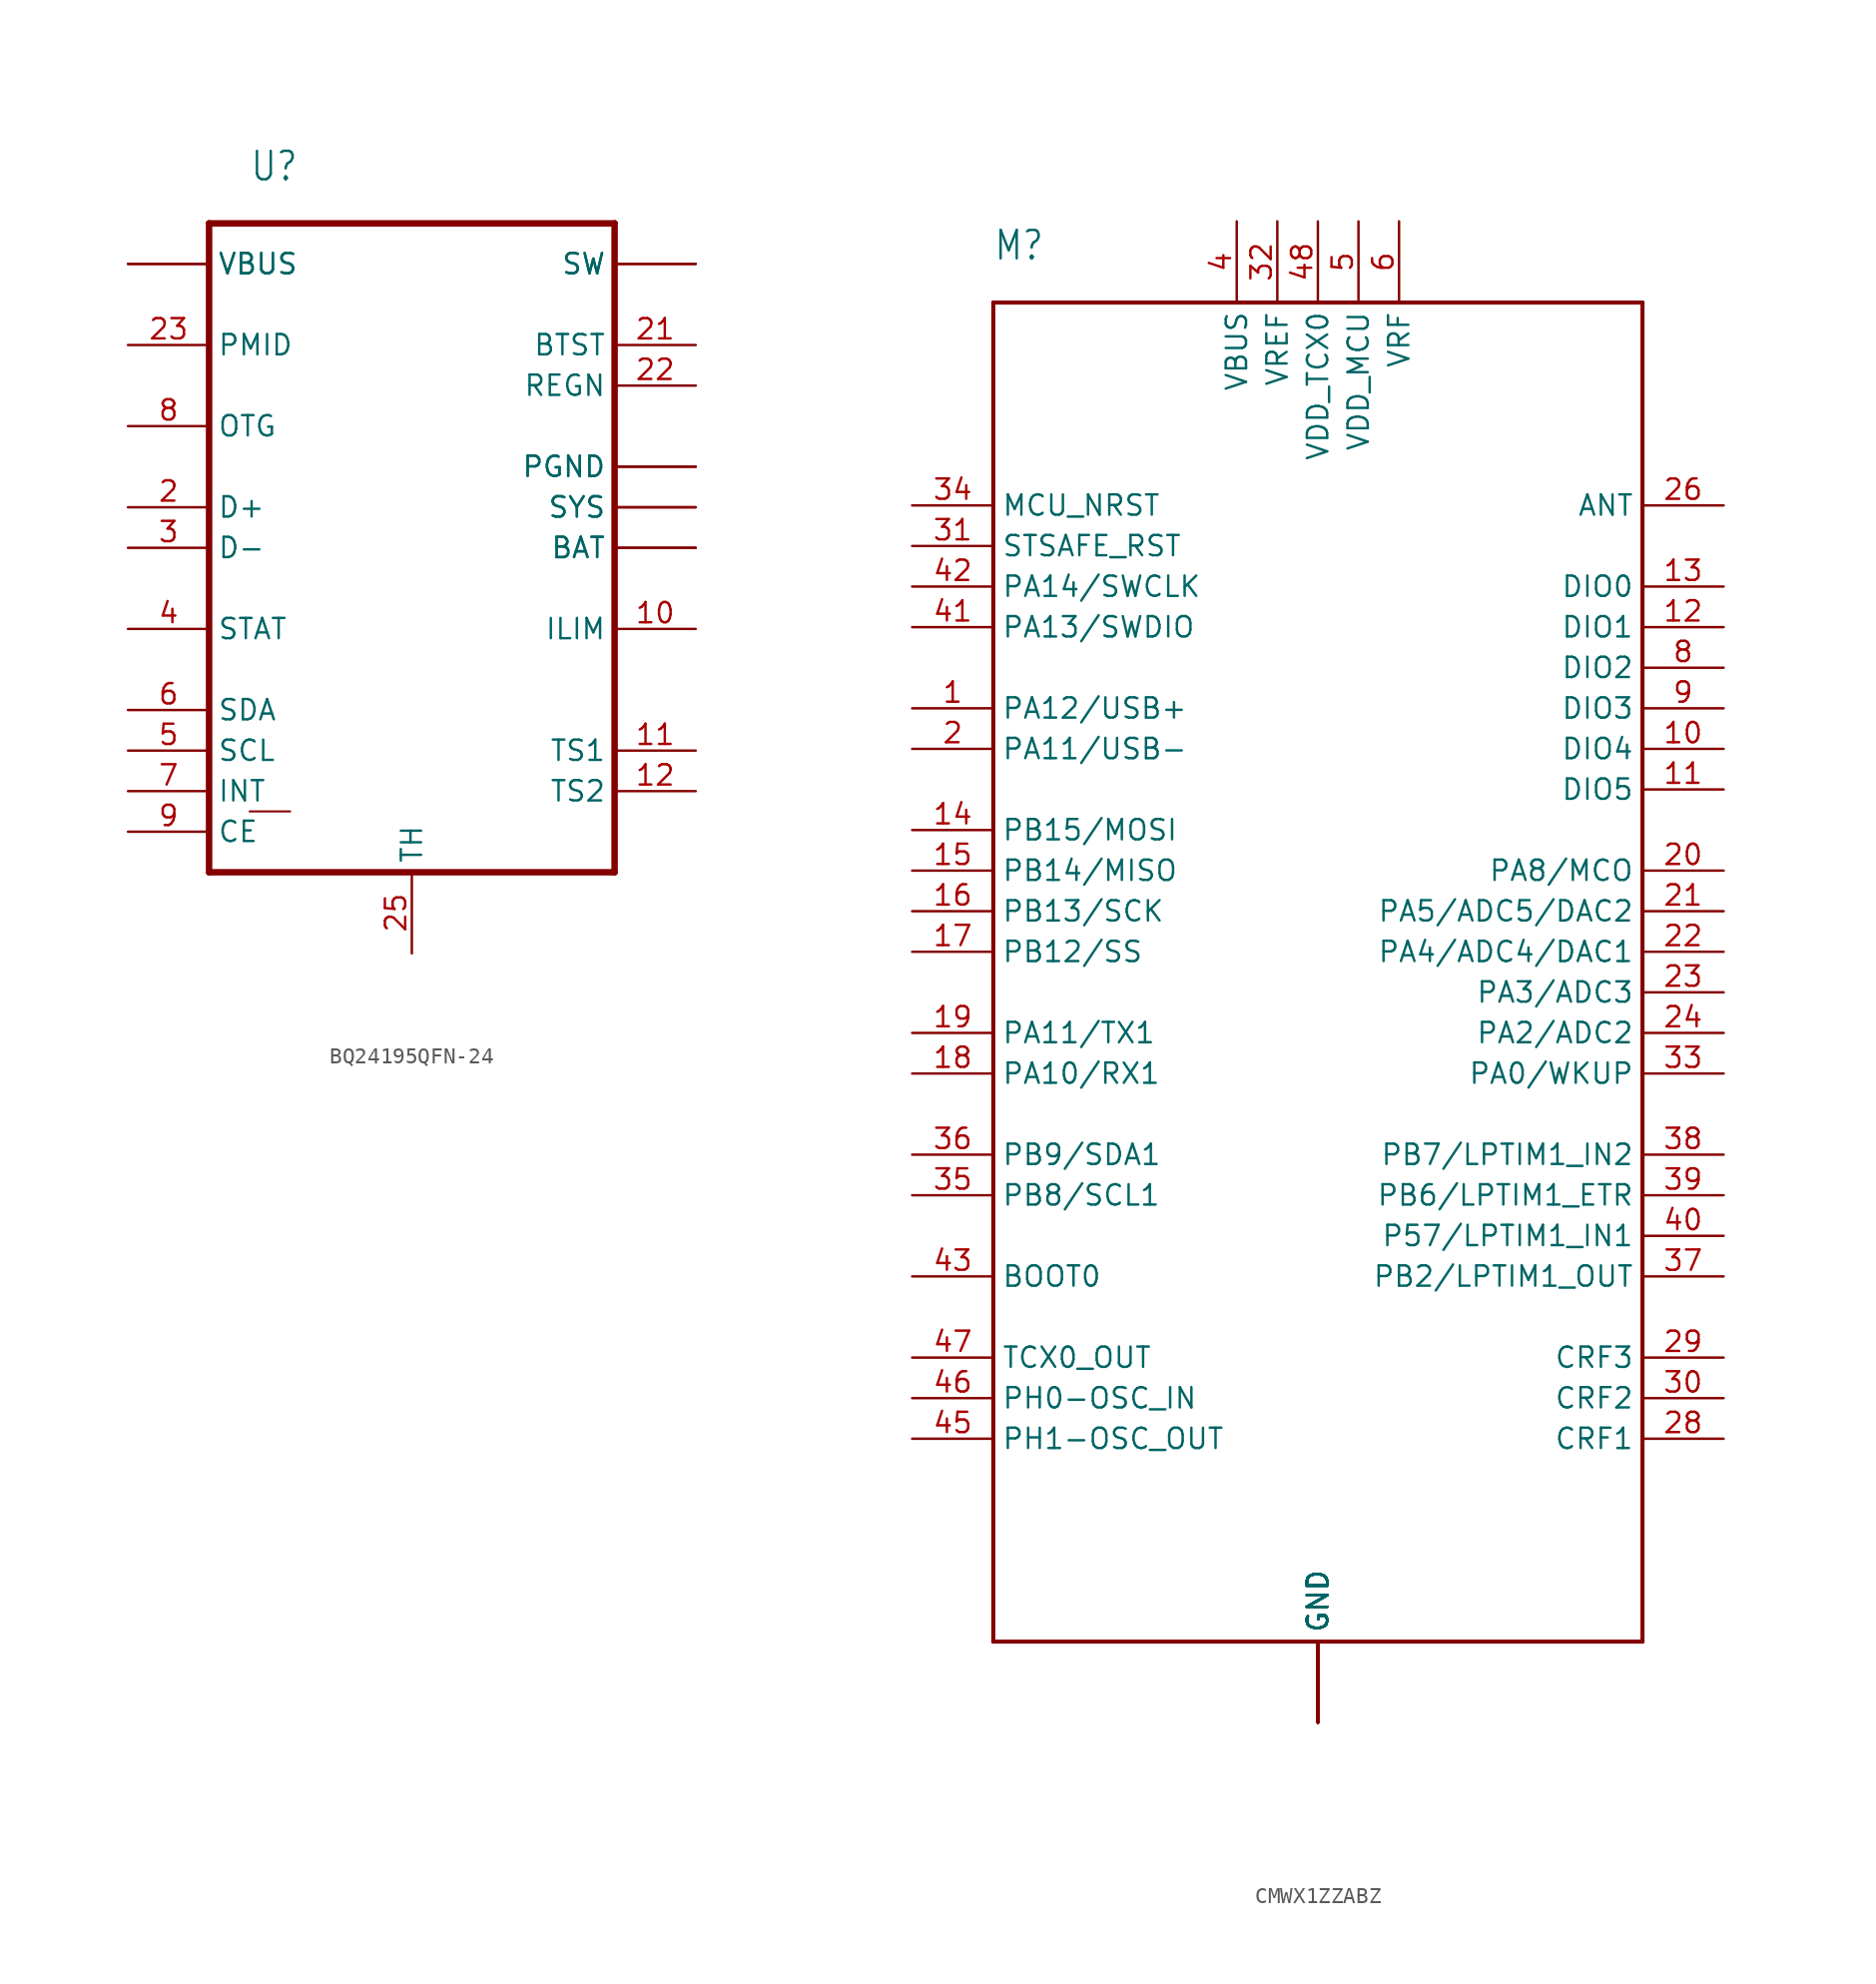
<source format=kicad_sym>
(kicad_symbol_lib
  (version 20231120)
  (generator "kicad_symbol_editor")
  (generator_version "8.0")
  (symbol "BQ24195QFN-24"
    (property "Reference" "U"
      (at -10.16 22.86 0)
      (effects (font (size 1.778 1.511)) (justify left bottom)))
    (property "Value" ""
      (at 5.08 -22.86 0)
      (effects (font (size 1.778 1.511)) (justify left bottom)))
    (property "ki_locked" ""
      (at 0 0 0)
      (effects (font (size 1.27 1.27))))
    (symbol "BQ24195QFN-24_1_0"
      (polyline (pts (xy -12.7 -20.32) (xy -12.7 20.32)) (stroke (width 0.406) (type solid)) (fill (type none)))
      (polyline (pts (xy -12.7 20.32) (xy 12.7 20.32)) (stroke (width 0.406) (type solid)) (fill (type none)))
      (polyline (pts (xy -10.16 -16.51) (xy -7.62 -16.51)) (stroke (width 0.127) (type solid)) (fill (type none)))
      (polyline (pts (xy 12.7 -20.32) (xy -12.7 -20.32)) (stroke (width 0.406) (type solid)) (fill (type none)))
      (polyline (pts (xy 12.7 20.32) (xy 12.7 -20.32)) (stroke (width 0.406) (type solid)) (fill (type none)))
      (pin bidirectional line (at -17.78 17.78 0) (length 5.08) (name "VBUS" (effects (font (size 1.27 1.27)))) (number "1" (effects (font (size 0 0)))))
      (pin bidirectional line (at 17.78 -5.08 180) (length 5.08) (name "ILIM" (effects (font (size 1.27 1.27)))) (number "10" (effects (font (size 1.27 1.27)))))
      (pin bidirectional line (at 17.78 -12.7 180) (length 5.08) (name "TS1" (effects (font (size 1.27 1.27)))) (number "11" (effects (font (size 1.27 1.27)))))
      (pin bidirectional line (at 17.78 -15.24 180) (length 5.08) (name "TS2" (effects (font (size 1.27 1.27)))) (number "12" (effects (font (size 1.27 1.27)))))
      (pin bidirectional line (at 17.78 0 180) (length 5.08) (name "BAT" (effects (font (size 1.27 1.27)))) (number "13" (effects (font (size 0 0)))))
      (pin bidirectional line (at 17.78 0 180) (length 5.08) (name "BAT" (effects (font (size 1.27 1.27)))) (number "14" (effects (font (size 0 0)))))
      (pin bidirectional line (at 17.78 2.54 180) (length 5.08) (name "SYS" (effects (font (size 1.27 1.27)))) (number "15" (effects (font (size 0 0)))))
      (pin bidirectional line (at 17.78 2.54 180) (length 5.08) (name "SYS" (effects (font (size 1.27 1.27)))) (number "16" (effects (font (size 0 0)))))
      (pin bidirectional line (at 17.78 5.08 180) (length 5.08) (name "PGND" (effects (font (size 1.27 1.27)))) (number "17" (effects (font (size 0 0)))))
      (pin bidirectional line (at 17.78 5.08 180) (length 5.08) (name "PGND" (effects (font (size 1.27 1.27)))) (number "18" (effects (font (size 0 0)))))
      (pin bidirectional line (at 17.78 17.78 180) (length 5.08) (name "SW" (effects (font (size 1.27 1.27)))) (number "19" (effects (font (size 0 0)))))
      (pin bidirectional line (at -17.78 2.54 0) (length 5.08) (name "D+" (effects (font (size 1.27 1.27)))) (number "2" (effects (font (size 1.27 1.27)))))
      (pin bidirectional line (at 17.78 17.78 180) (length 5.08) (name "SW" (effects (font (size 1.27 1.27)))) (number "20" (effects (font (size 0 0)))))
      (pin bidirectional line (at 17.78 12.7 180) (length 5.08) (name "BTST" (effects (font (size 1.27 1.27)))) (number "21" (effects (font (size 1.27 1.27)))))
      (pin bidirectional line (at 17.78 10.16 180) (length 5.08) (name "REGN" (effects (font (size 1.27 1.27)))) (number "22" (effects (font (size 1.27 1.27)))))
      (pin bidirectional line (at -17.78 12.7 0) (length 5.08) (name "PMID" (effects (font (size 1.27 1.27)))) (number "23" (effects (font (size 1.27 1.27)))))
      (pin bidirectional line (at -17.78 17.78 0) (length 5.08) (name "VBUS" (effects (font (size 1.27 1.27)))) (number "24" (effects (font (size 0 0)))))
      (pin bidirectional line (at 0 -25.4 90) (length 5.08) (name "TH" (effects (font (size 1.27 1.27)))) (number "25" (effects (font (size 1.27 1.27)))))
      (pin bidirectional line (at -17.78 0 0) (length 5.08) (name "D-" (effects (font (size 1.27 1.27)))) (number "3" (effects (font (size 1.27 1.27)))))
      (pin bidirectional line (at -17.78 -5.08 0) (length 5.08) (name "STAT" (effects (font (size 1.27 1.27)))) (number "4" (effects (font (size 1.27 1.27)))))
      (pin bidirectional line (at -17.78 -12.7 0) (length 5.08) (name "SCL" (effects (font (size 1.27 1.27)))) (number "5" (effects (font (size 1.27 1.27)))))
      (pin bidirectional line (at -17.78 -10.16 0) (length 5.08) (name "SDA" (effects (font (size 1.27 1.27)))) (number "6" (effects (font (size 1.27 1.27)))))
      (pin bidirectional line (at -17.78 -15.24 0) (length 5.08) (name "INT" (effects (font (size 1.27 1.27)))) (number "7" (effects (font (size 1.27 1.27)))))
      (pin bidirectional line (at -17.78 7.62 0) (length 5.08) (name "OTG" (effects (font (size 1.27 1.27)))) (number "8" (effects (font (size 1.27 1.27)))))
      (pin bidirectional line (at -17.78 -17.78 0) (length 5.08) (name "CE" (effects (font (size 1.27 1.27)))) (number "9" (effects (font (size 1.27 1.27)))))))
  (symbol "CMWX1ZZABZ"
    (property "Reference" "M"
      (at -20.32 40.64 0)
      (effects (font (size 1.778 1.511)) (justify left bottom)))
    (property "Value" ""
      (at -25.4 -48.26 0)
      (effects (font (size 1.778 1.511)) (justify left bottom)))
    (property "ki_locked" ""
      (at 0 0 0)
      (effects (font (size 1.27 1.27))))
    (symbol "CMWX1ZZABZ_1_0"
      (polyline (pts (xy -20.32 -45.72) (xy 20.32 -45.72)) (stroke (width 0.254) (type solid)) (fill (type none)))
      (polyline (pts (xy -20.32 38.1) (xy -20.32 -45.72)) (stroke (width 0.254) (type solid)) (fill (type none)))
      (polyline (pts (xy 20.32 -45.72) (xy 20.32 38.1)) (stroke (width 0.254) (type solid)) (fill (type none)))
      (polyline (pts (xy 20.32 38.1) (xy -20.32 38.1)) (stroke (width 0.254) (type solid)) (fill (type none)))
      (pin bidirectional line (at -25.4 12.7 0) (length 5.08) (name "PA12/USB+" (effects (font (size 1.27 1.27)))) (number "1" (effects (font (size 1.27 1.27)))))
      (pin bidirectional line (at 25.4 10.16 180) (length 5.08) (name "DIO4" (effects (font (size 1.27 1.27)))) (number "10" (effects (font (size 1.27 1.27)))))
      (pin bidirectional line (at 25.4 7.62 180) (length 5.08) (name "DIO5" (effects (font (size 1.27 1.27)))) (number "11" (effects (font (size 1.27 1.27)))))
      (pin bidirectional line (at 25.4 17.78 180) (length 5.08) (name "DIO1" (effects (font (size 1.27 1.27)))) (number "12" (effects (font (size 1.27 1.27)))))
      (pin bidirectional line (at 25.4 20.32 180) (length 5.08) (name "DIO0" (effects (font (size 1.27 1.27)))) (number "13" (effects (font (size 1.27 1.27)))))
      (pin bidirectional line (at -25.4 5.08 0) (length 5.08) (name "PB15/MOSI" (effects (font (size 1.27 1.27)))) (number "14" (effects (font (size 1.27 1.27)))))
      (pin bidirectional line (at -25.4 2.54 0) (length 5.08) (name "PB14/MISO" (effects (font (size 1.27 1.27)))) (number "15" (effects (font (size 1.27 1.27)))))
      (pin bidirectional line (at -25.4 0 0) (length 5.08) (name "PB13/SCK" (effects (font (size 1.27 1.27)))) (number "16" (effects (font (size 1.27 1.27)))))
      (pin bidirectional line (at -25.4 -2.54 0) (length 5.08) (name "PB12/SS" (effects (font (size 1.27 1.27)))) (number "17" (effects (font (size 1.27 1.27)))))
      (pin bidirectional line (at -25.4 -10.16 0) (length 5.08) (name "PA10/RX1" (effects (font (size 1.27 1.27)))) (number "18" (effects (font (size 1.27 1.27)))))
      (pin bidirectional line (at -25.4 -7.62 0) (length 5.08) (name "PA11/TX1" (effects (font (size 1.27 1.27)))) (number "19" (effects (font (size 1.27 1.27)))))
      (pin bidirectional line (at -25.4 10.16 0) (length 5.08) (name "PA11/USB-" (effects (font (size 1.27 1.27)))) (number "2" (effects (font (size 1.27 1.27)))))
      (pin bidirectional line (at 25.4 2.54 180) (length 5.08) (name "PA8/MCO" (effects (font (size 1.27 1.27)))) (number "20" (effects (font (size 1.27 1.27)))))
      (pin bidirectional line (at 25.4 0 180) (length 5.08) (name "PA5/ADC5/DAC2" (effects (font (size 1.27 1.27)))) (number "21" (effects (font (size 1.27 1.27)))))
      (pin bidirectional line (at 25.4 -2.54 180) (length 5.08) (name "PA4/ADC4/DAC1" (effects (font (size 1.27 1.27)))) (number "22" (effects (font (size 1.27 1.27)))))
      (pin bidirectional line (at 25.4 -5.08 180) (length 5.08) (name "PA3/ADC3" (effects (font (size 1.27 1.27)))) (number "23" (effects (font (size 1.27 1.27)))))
      (pin bidirectional line (at 25.4 -7.62 180) (length 5.08) (name "PA2/ADC2" (effects (font (size 1.27 1.27)))) (number "24" (effects (font (size 1.27 1.27)))))
      (pin bidirectional line (at 0 -50.8 90) (length 5.08) (name "GND" (effects (font (size 1.27 1.27)))) (number "25" (effects (font (size 0 0)))))
      (pin bidirectional line (at 25.4 25.4 180) (length 5.08) (name "ANT" (effects (font (size 1.27 1.27)))) (number "26" (effects (font (size 1.27 1.27)))))
      (pin bidirectional line (at 0 -50.8 90) (length 5.08) (name "GND" (effects (font (size 1.27 1.27)))) (number "27" (effects (font (size 0 0)))))
      (pin bidirectional line (at 25.4 -33.02 180) (length 5.08) (name "CRF1" (effects (font (size 1.27 1.27)))) (number "28" (effects (font (size 1.27 1.27)))))
      (pin bidirectional line (at 25.4 -27.94 180) (length 5.08) (name "CRF3" (effects (font (size 1.27 1.27)))) (number "29" (effects (font (size 1.27 1.27)))))
      (pin bidirectional line (at 0 -50.8 90) (length 5.08) (name "GND" (effects (font (size 1.27 1.27)))) (number "3" (effects (font (size 0 0)))))
      (pin bidirectional line (at 25.4 -30.48 180) (length 5.08) (name "CRF2" (effects (font (size 1.27 1.27)))) (number "30" (effects (font (size 1.27 1.27)))))
      (pin bidirectional line (at -25.4 22.86 0) (length 5.08) (name "STSAFE_RST" (effects (font (size 1.27 1.27)))) (number "31" (effects (font (size 1.27 1.27)))))
      (pin bidirectional line (at -2.54 43.18 270) (length 5.08) (name "VREF" (effects (font (size 1.27 1.27)))) (number "32" (effects (font (size 1.27 1.27)))))
      (pin bidirectional line (at 25.4 -10.16 180) (length 5.08) (name "PA0/WKUP" (effects (font (size 1.27 1.27)))) (number "33" (effects (font (size 1.27 1.27)))))
      (pin bidirectional line (at -25.4 25.4 0) (length 5.08) (name "MCU_NRST" (effects (font (size 1.27 1.27)))) (number "34" (effects (font (size 1.27 1.27)))))
      (pin bidirectional line (at -25.4 -17.78 0) (length 5.08) (name "PB8/SCL1" (effects (font (size 1.27 1.27)))) (number "35" (effects (font (size 1.27 1.27)))))
      (pin bidirectional line (at -25.4 -15.24 0) (length 5.08) (name "PB9/SDA1" (effects (font (size 1.27 1.27)))) (number "36" (effects (font (size 1.27 1.27)))))
      (pin bidirectional line (at 25.4 -22.86 180) (length 5.08) (name "PB2/LPTIM1_OUT" (effects (font (size 1.27 1.27)))) (number "37" (effects (font (size 1.27 1.27)))))
      (pin bidirectional line (at 25.4 -15.24 180) (length 5.08) (name "PB7/LPTIM1_IN2" (effects (font (size 1.27 1.27)))) (number "38" (effects (font (size 1.27 1.27)))))
      (pin bidirectional line (at 25.4 -17.78 180) (length 5.08) (name "PB6/LPTIM1_ETR" (effects (font (size 1.27 1.27)))) (number "39" (effects (font (size 1.27 1.27)))))
      (pin bidirectional line (at -5.08 43.18 270) (length 5.08) (name "VBUS" (effects (font (size 1.27 1.27)))) (number "4" (effects (font (size 1.27 1.27)))))
      (pin bidirectional line (at 25.4 -20.32 180) (length 5.08) (name "P57/LPTIM1_IN1" (effects (font (size 1.27 1.27)))) (number "40" (effects (font (size 1.27 1.27)))))
      (pin bidirectional line (at -25.4 17.78 0) (length 5.08) (name "PA13/SWDIO" (effects (font (size 1.27 1.27)))) (number "41" (effects (font (size 1.27 1.27)))))
      (pin bidirectional line (at -25.4 20.32 0) (length 5.08) (name "PA14/SWCLK" (effects (font (size 1.27 1.27)))) (number "42" (effects (font (size 1.27 1.27)))))
      (pin bidirectional line (at -25.4 -22.86 0) (length 5.08) (name "BOOT0" (effects (font (size 1.27 1.27)))) (number "43" (effects (font (size 1.27 1.27)))))
      (pin bidirectional line (at 0 -50.8 90) (length 5.08) (name "GND" (effects (font (size 1.27 1.27)))) (number "44" (effects (font (size 0 0)))))
      (pin bidirectional line (at -25.4 -33.02 0) (length 5.08) (name "PH1-OSC_OUT" (effects (font (size 1.27 1.27)))) (number "45" (effects (font (size 1.27 1.27)))))
      (pin bidirectional line (at -25.4 -30.48 0) (length 5.08) (name "PH0-OSC_IN" (effects (font (size 1.27 1.27)))) (number "46" (effects (font (size 1.27 1.27)))))
      (pin bidirectional line (at -25.4 -27.94 0) (length 5.08) (name "TCX0_OUT" (effects (font (size 1.27 1.27)))) (number "47" (effects (font (size 1.27 1.27)))))
      (pin bidirectional line (at 0 43.18 270) (length 5.08) (name "VDD_TCX0" (effects (font (size 1.27 1.27)))) (number "48" (effects (font (size 1.27 1.27)))))
      (pin bidirectional line (at 0 -50.8 90) (length 5.08) (name "GND" (effects (font (size 1.27 1.27)))) (number "49" (effects (font (size 0 0)))))
      (pin bidirectional line (at 2.54 43.18 270) (length 5.08) (name "VDD_MCU" (effects (font (size 1.27 1.27)))) (number "5" (effects (font (size 1.27 1.27)))))
      (pin bidirectional line (at 0 -50.8 90) (length 5.08) (name "GND" (effects (font (size 1.27 1.27)))) (number "50" (effects (font (size 0 0)))))
      (pin bidirectional line (at 0 -50.8 90) (length 5.08) (name "GND" (effects (font (size 1.27 1.27)))) (number "51" (effects (font (size 0 0)))))
      (pin bidirectional line (at 0 -50.8 90) (length 5.08) (name "GND" (effects (font (size 1.27 1.27)))) (number "52" (effects (font (size 0 0)))))
      (pin bidirectional line (at 0 -50.8 90) (length 5.08) (name "GND" (effects (font (size 1.27 1.27)))) (number "53" (effects (font (size 0 0)))))
      (pin bidirectional line (at 0 -50.8 90) (length 5.08) (name "GND" (effects (font (size 1.27 1.27)))) (number "54" (effects (font (size 0 0)))))
      (pin bidirectional line (at 0 -50.8 90) (length 5.08) (name "GND" (effects (font (size 1.27 1.27)))) (number "55" (effects (font (size 0 0)))))
      (pin bidirectional line (at 0 -50.8 90) (length 5.08) (name "GND" (effects (font (size 1.27 1.27)))) (number "56" (effects (font (size 0 0)))))
      (pin bidirectional line (at 0 -50.8 90) (length 5.08) (name "GND" (effects (font (size 1.27 1.27)))) (number "57" (effects (font (size 0 0)))))
      (pin bidirectional line (at 5.08 43.18 270) (length 5.08) (name "VRF" (effects (font (size 1.27 1.27)))) (number "6" (effects (font (size 1.27 1.27)))))
      (pin bidirectional line (at 0 -50.8 90) (length 5.08) (name "GND" (effects (font (size 1.27 1.27)))) (number "7" (effects (font (size 0 0)))))
      (pin bidirectional line (at 25.4 15.24 180) (length 5.08) (name "DIO2" (effects (font (size 1.27 1.27)))) (number "8" (effects (font (size 1.27 1.27)))))
      (pin bidirectional line (at 25.4 12.7 180) (length 5.08) (name "DIO3" (effects (font (size 1.27 1.27)))) (number "9" (effects (font (size 1.27 1.27))))))))
</source>
